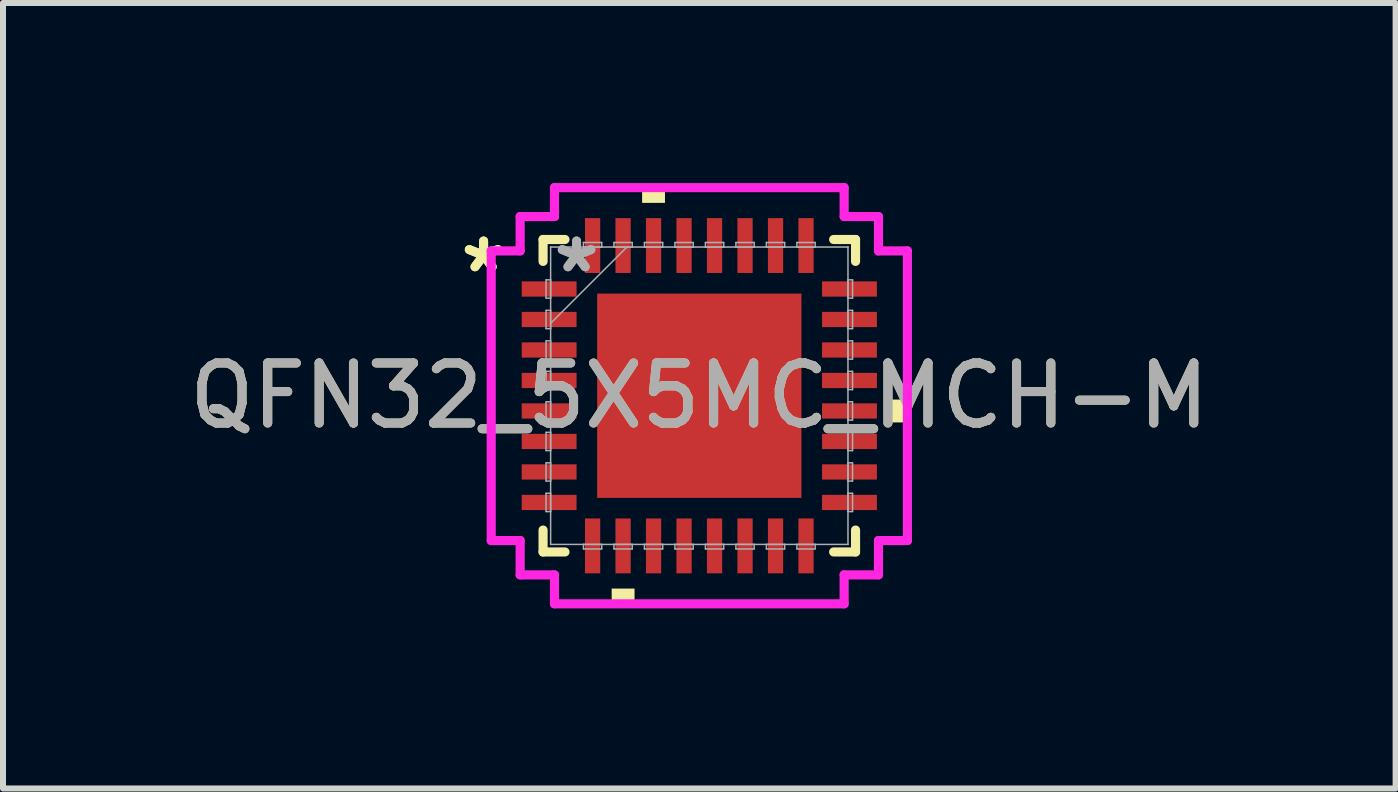
<source format=kicad_pcb>
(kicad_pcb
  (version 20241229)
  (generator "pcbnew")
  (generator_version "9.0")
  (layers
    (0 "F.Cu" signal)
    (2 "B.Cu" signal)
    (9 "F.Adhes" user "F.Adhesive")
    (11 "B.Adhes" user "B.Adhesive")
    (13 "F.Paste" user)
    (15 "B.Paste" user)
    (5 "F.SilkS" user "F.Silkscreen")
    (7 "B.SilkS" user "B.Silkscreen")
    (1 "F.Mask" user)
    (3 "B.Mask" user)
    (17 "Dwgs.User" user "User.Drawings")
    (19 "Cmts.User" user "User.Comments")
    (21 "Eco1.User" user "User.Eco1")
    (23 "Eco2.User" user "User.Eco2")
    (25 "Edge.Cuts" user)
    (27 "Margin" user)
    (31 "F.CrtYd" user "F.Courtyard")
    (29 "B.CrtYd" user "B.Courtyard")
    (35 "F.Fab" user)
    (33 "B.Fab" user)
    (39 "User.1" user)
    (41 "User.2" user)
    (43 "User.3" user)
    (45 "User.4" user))
  (footprint "QFN32_5X5MC_MCH-M"
    (layer "F.Cu")
    (at 8.601 3.543)
    (property "Reference" "QFN32_5X5MC_MCH-M" (at 0 0 0) (unlocked yes) (layer "F.SilkS") (effects (font (size 1 1) (thickness 0.15))))
    (attr smd)
    (fp_line (start -2.603 -2.603) (end -2.603 -2.238) (stroke (width 0.152) (type solid)) (layer "F.SilkS"))
    (fp_line (start -2.603 2.238) (end -2.603 2.603) (stroke (width 0.152) (type solid)) (layer "F.SilkS"))
    (fp_line (start -2.603 2.603) (end -2.238 2.603) (stroke (width 0.152) (type solid)) (layer "F.SilkS"))
    (fp_line (start -2.238 -2.603) (end -2.603 -2.603) (stroke (width 0.152) (type solid)) (layer "F.SilkS"))
    (fp_line (start 2.238 2.603) (end 2.603 2.603) (stroke (width 0.152) (type solid)) (layer "F.SilkS"))
    (fp_line (start 2.603 -2.603) (end 2.238 -2.603) (stroke (width 0.152) (type solid)) (layer "F.SilkS"))
    (fp_line (start 2.603 -2.238) (end 2.603 -2.603) (stroke (width 0.152) (type solid)) (layer "F.SilkS"))
    (fp_line (start 2.603 2.603) (end 2.603 2.238) (stroke (width 0.152) (type solid)) (layer "F.SilkS"))
    (fp_poly (pts (xy -1.46 3.213) (xy -1.46 3.467) (xy -1.079 3.467) (xy -1.079 3.213)) (stroke (width 0) (type solid)) (fill yes) (layer "F.SilkS"))
    (fp_poly (pts (xy -0.953 -3.213) (xy -0.953 -3.467) (xy -0.572 -3.467) (xy -0.572 -3.213)) (stroke (width 0) (type solid)) (fill yes) (layer "F.SilkS"))
    (fp_poly (pts (xy 3.467 0.064) (xy 3.467 0.445) (xy 3.213 0.445) (xy 3.213 0.064)) (stroke (width 0) (type solid)) (fill yes) (layer "F.SilkS"))
    (fp_poly (pts (xy -1.602 -1.602) (xy -1.602 -0.1) (xy -0.1 -0.1) (xy -0.1 -1.602)) (stroke (width 0) (type solid)) (fill yes) (layer "F.Paste"))
    (fp_poly (pts (xy -1.602 0.1) (xy -1.602 1.602) (xy -0.1 1.602) (xy -0.1 0.1)) (stroke (width 0) (type solid)) (fill yes) (layer "F.Paste"))
    (fp_poly (pts (xy 0.1 -1.602) (xy 0.1 -0.1) (xy 1.602 -0.1) (xy 1.602 -1.602)) (stroke (width 0) (type solid)) (fill yes) (layer "F.Paste"))
    (fp_poly (pts (xy 0.1 0.1) (xy 0.1 1.602) (xy 1.602 1.602) (xy 1.602 0.1)) (stroke (width 0) (type solid)) (fill yes) (layer "F.Paste"))
    (fp_line (start -3.467 -2.413) (end -2.985 -2.413) (stroke (width 0.152) (type solid)) (layer "F.CrtYd"))
    (fp_line (start -3.467 2.413) (end -3.467 -2.413) (stroke (width 0.152) (type solid)) (layer "F.CrtYd"))
    (fp_line (start -2.985 -2.985) (end -2.413 -2.985) (stroke (width 0.152) (type solid)) (layer "F.CrtYd"))
    (fp_line (start -2.985 -2.413) (end -2.985 -2.985) (stroke (width 0.152) (type solid)) (layer "F.CrtYd"))
    (fp_line (start -2.985 2.413) (end -3.467 2.413) (stroke (width 0.152) (type solid)) (layer "F.CrtYd"))
    (fp_line (start -2.985 2.985) (end -2.985 2.413) (stroke (width 0.152) (type solid)) (layer "F.CrtYd"))
    (fp_line (start -2.413 -3.467) (end 2.413 -3.467) (stroke (width 0.152) (type solid)) (layer "F.CrtYd"))
    (fp_line (start -2.413 -2.985) (end -2.413 -3.467) (stroke (width 0.152) (type solid)) (layer "F.CrtYd"))
    (fp_line (start -2.413 2.985) (end -2.985 2.985) (stroke (width 0.152) (type solid)) (layer "F.CrtYd"))
    (fp_line (start -2.413 3.467) (end -2.413 2.985) (stroke (width 0.152) (type solid)) (layer "F.CrtYd"))
    (fp_line (start 2.413 -3.467) (end 2.413 -2.985) (stroke (width 0.152) (type solid)) (layer "F.CrtYd"))
    (fp_line (start 2.413 -2.985) (end 2.985 -2.985) (stroke (width 0.152) (type solid)) (layer "F.CrtYd"))
    (fp_line (start 2.413 2.985) (end 2.413 3.467) (stroke (width 0.152) (type solid)) (layer "F.CrtYd"))
    (fp_line (start 2.413 3.467) (end -2.413 3.467) (stroke (width 0.152) (type solid)) (layer "F.CrtYd"))
    (fp_line (start 2.985 -2.985) (end 2.985 -2.413) (stroke (width 0.152) (type solid)) (layer "F.CrtYd"))
    (fp_line (start 2.985 -2.413) (end 3.467 -2.413) (stroke (width 0.152) (type solid)) (layer "F.CrtYd"))
    (fp_line (start 2.985 2.413) (end 2.985 2.985) (stroke (width 0.152) (type solid)) (layer "F.CrtYd"))
    (fp_line (start 2.985 2.985) (end 2.413 2.985) (stroke (width 0.152) (type solid)) (layer "F.CrtYd"))
    (fp_line (start 3.467 -2.413) (end 3.467 2.413) (stroke (width 0.152) (type solid)) (layer "F.CrtYd"))
    (fp_line (start 3.467 2.413) (end 2.985 2.413) (stroke (width 0.152) (type solid)) (layer "F.CrtYd"))
    (fp_line (start -2.553 -1.93) (end -2.553 -1.626) (stroke (width 0.025) (type solid)) (layer "F.Fab"))
    (fp_line (start -2.553 -1.626) (end -2.477 -1.626) (stroke (width 0.025) (type solid)) (layer "F.Fab"))
    (fp_line (start -2.553 -1.422) (end -2.553 -1.118) (stroke (width 0.025) (type solid)) (layer "F.Fab"))
    (fp_line (start -2.553 -1.118) (end -2.477 -1.118) (stroke (width 0.025) (type solid)) (layer "F.Fab"))
    (fp_line (start -2.553 -0.914) (end -2.553 -0.61) (stroke (width 0.025) (type solid)) (layer "F.Fab"))
    (fp_line (start -2.553 -0.61) (end -2.477 -0.61) (stroke (width 0.025) (type solid)) (layer "F.Fab"))
    (fp_line (start -2.553 -0.406) (end -2.553 -0.102) (stroke (width 0.025) (type solid)) (layer "F.Fab"))
    (fp_line (start -2.553 -0.102) (end -2.477 -0.102) (stroke (width 0.025) (type solid)) (layer "F.Fab"))
    (fp_line (start -2.553 0.102) (end -2.553 0.406) (stroke (width 0.025) (type solid)) (layer "F.Fab"))
    (fp_line (start -2.553 0.406) (end -2.477 0.406) (stroke (width 0.025) (type solid)) (layer "F.Fab"))
    (fp_line (start -2.553 0.61) (end -2.553 0.914) (stroke (width 0.025) (type solid)) (layer "F.Fab"))
    (fp_line (start -2.553 0.914) (end -2.477 0.914) (stroke (width 0.025) (type solid)) (layer "F.Fab"))
    (fp_line (start -2.553 1.118) (end -2.553 1.422) (stroke (width 0.025) (type solid)) (layer "F.Fab"))
    (fp_line (start -2.553 1.422) (end -2.477 1.422) (stroke (width 0.025) (type solid)) (layer "F.Fab"))
    (fp_line (start -2.553 1.626) (end -2.553 1.93) (stroke (width 0.025) (type solid)) (layer "F.Fab"))
    (fp_line (start -2.553 1.93) (end -2.477 1.93) (stroke (width 0.025) (type solid)) (layer "F.Fab"))
    (fp_line (start -2.477 -2.477) (end -2.477 -2.477) (stroke (width 0.025) (type solid)) (layer "F.Fab"))
    (fp_line (start -2.477 -2.477) (end -2.477 2.477) (stroke (width 0.025) (type solid)) (layer "F.Fab"))
    (fp_line (start -2.477 -1.93) (end -2.553 -1.93) (stroke (width 0.025) (type solid)) (layer "F.Fab"))
    (fp_line (start -2.477 -1.626) (end -2.477 -1.93) (stroke (width 0.025) (type solid)) (layer "F.Fab"))
    (fp_line (start -2.477 -1.422) (end -2.553 -1.422) (stroke (width 0.025) (type solid)) (layer "F.Fab"))
    (fp_line (start -2.477 -1.206) (end -1.206 -2.477) (stroke (width 0.025) (type solid)) (layer "F.Fab"))
    (fp_line (start -2.477 -1.118) (end -2.477 -1.422) (stroke (width 0.025) (type solid)) (layer "F.Fab"))
    (fp_line (start -2.477 -0.914) (end -2.553 -0.914) (stroke (width 0.025) (type solid)) (layer "F.Fab"))
    (fp_line (start -2.477 -0.61) (end -2.477 -0.914) (stroke (width 0.025) (type solid)) (layer "F.Fab"))
    (fp_line (start -2.477 -0.406) (end -2.553 -0.406) (stroke (width 0.025) (type solid)) (layer "F.Fab"))
    (fp_line (start -2.477 -0.102) (end -2.477 -0.406) (stroke (width 0.025) (type solid)) (layer "F.Fab"))
    (fp_line (start -2.477 0.102) (end -2.553 0.102) (stroke (width 0.025) (type solid)) (layer "F.Fab"))
    (fp_line (start -2.477 0.406) (end -2.477 0.102) (stroke (width 0.025) (type solid)) (layer "F.Fab"))
    (fp_line (start -2.477 0.61) (end -2.553 0.61) (stroke (width 0.025) (type solid)) (layer "F.Fab"))
    (fp_line (start -2.477 0.914) (end -2.477 0.61) (stroke (width 0.025) (type solid)) (layer "F.Fab"))
    (fp_line (start -2.477 1.118) (end -2.553 1.118) (stroke (width 0.025) (type solid)) (layer "F.Fab"))
    (fp_line (start -2.477 1.422) (end -2.477 1.118) (stroke (width 0.025) (type solid)) (layer "F.Fab"))
    (fp_line (start -2.477 1.626) (end -2.553 1.626) (stroke (width 0.025) (type solid)) (layer "F.Fab"))
    (fp_line (start -2.477 1.93) (end -2.477 1.626) (stroke (width 0.025) (type solid)) (layer "F.Fab"))
    (fp_line (start -2.477 2.477) (end -2.477 2.477) (stroke (width 0.025) (type solid)) (layer "F.Fab"))
    (fp_line (start -2.477 2.477) (end 2.477 2.477) (stroke (width 0.025) (type solid)) (layer "F.Fab"))
    (fp_line (start -1.93 -2.553) (end -1.93 -2.477) (stroke (width 0.025) (type solid)) (layer "F.Fab"))
    (fp_line (start -1.93 -2.477) (end -1.626 -2.477) (stroke (width 0.025) (type solid)) (layer "F.Fab"))
    (fp_line (start -1.93 2.477) (end -1.93 2.553) (stroke (width 0.025) (type solid)) (layer "F.Fab"))
    (fp_line (start -1.93 2.553) (end -1.626 2.553) (stroke (width 0.025) (type solid)) (layer "F.Fab"))
    (fp_line (start -1.626 -2.553) (end -1.93 -2.553) (stroke (width 0.025) (type solid)) (layer "F.Fab"))
    (fp_line (start -1.626 -2.477) (end -1.626 -2.553) (stroke (width 0.025) (type solid)) (layer "F.Fab"))
    (fp_line (start -1.626 2.477) (end -1.93 2.477) (stroke (width 0.025) (type solid)) (layer "F.Fab"))
    (fp_line (start -1.626 2.553) (end -1.626 2.477) (stroke (width 0.025) (type solid)) (layer "F.Fab"))
    (fp_line (start -1.422 -2.553) (end -1.422 -2.477) (stroke (width 0.025) (type solid)) (layer "F.Fab"))
    (fp_line (start -1.422 -2.477) (end -1.118 -2.477) (stroke (width 0.025) (type solid)) (layer "F.Fab"))
    (fp_line (start -1.422 2.477) (end -1.422 2.553) (stroke (width 0.025) (type solid)) (layer "F.Fab"))
    (fp_line (start -1.422 2.553) (end -1.118 2.553) (stroke (width 0.025) (type solid)) (layer "F.Fab"))
    (fp_line (start -1.118 -2.553) (end -1.422 -2.553) (stroke (width 0.025) (type solid)) (layer "F.Fab"))
    (fp_line (start -1.118 -2.477) (end -1.118 -2.553) (stroke (width 0.025) (type solid)) (layer "F.Fab"))
    (fp_line (start -1.118 2.477) (end -1.422 2.477) (stroke (width 0.025) (type solid)) (layer "F.Fab"))
    (fp_line (start -1.118 2.553) (end -1.118 2.477) (stroke (width 0.025) (type solid)) (layer "F.Fab"))
    (fp_line (start -0.914 -2.553) (end -0.914 -2.477) (stroke (width 0.025) (type solid)) (layer "F.Fab"))
    (fp_line (start -0.914 -2.477) (end -0.61 -2.477) (stroke (width 0.025) (type solid)) (layer "F.Fab"))
    (fp_line (start -0.914 2.477) (end -0.914 2.553) (stroke (width 0.025) (type solid)) (layer "F.Fab"))
    (fp_line (start -0.914 2.553) (end -0.61 2.553) (stroke (width 0.025) (type solid)) (layer "F.Fab"))
    (fp_line (start -0.61 -2.553) (end -0.914 -2.553) (stroke (width 0.025) (type solid)) (layer "F.Fab"))
    (fp_line (start -0.61 -2.477) (end -0.61 -2.553) (stroke (width 0.025) (type solid)) (layer "F.Fab"))
    (fp_line (start -0.61 2.477) (end -0.914 2.477) (stroke (width 0.025) (type solid)) (layer "F.Fab"))
    (fp_line (start -0.61 2.553) (end -0.61 2.477) (stroke (width 0.025) (type solid)) (layer "F.Fab"))
    (fp_line (start -0.406 -2.553) (end -0.406 -2.477) (stroke (width 0.025) (type solid)) (layer "F.Fab"))
    (fp_line (start -0.406 -2.477) (end -0.102 -2.477) (stroke (width 0.025) (type solid)) (layer "F.Fab"))
    (fp_line (start -0.406 2.477) (end -0.406 2.553) (stroke (width 0.025) (type solid)) (layer "F.Fab"))
    (fp_line (start -0.406 2.553) (end -0.102 2.553) (stroke (width 0.025) (type solid)) (layer "F.Fab"))
    (fp_line (start -0.102 -2.553) (end -0.406 -2.553) (stroke (width 0.025) (type solid)) (layer "F.Fab"))
    (fp_line (start -0.102 -2.477) (end -0.102 -2.553) (stroke (width 0.025) (type solid)) (layer "F.Fab"))
    (fp_line (start -0.102 2.477) (end -0.406 2.477) (stroke (width 0.025) (type solid)) (layer "F.Fab"))
    (fp_line (start -0.102 2.553) (end -0.102 2.477) (stroke (width 0.025) (type solid)) (layer "F.Fab"))
    (fp_line (start 0.102 -2.553) (end 0.102 -2.477) (stroke (width 0.025) (type solid)) (layer "F.Fab"))
    (fp_line (start 0.102 -2.477) (end 0.406 -2.477) (stroke (width 0.025) (type solid)) (layer "F.Fab"))
    (fp_line (start 0.102 2.477) (end 0.102 2.553) (stroke (width 0.025) (type solid)) (layer "F.Fab"))
    (fp_line (start 0.102 2.553) (end 0.406 2.553) (stroke (width 0.025) (type solid)) (layer "F.Fab"))
    (fp_line (start 0.406 -2.553) (end 0.102 -2.553) (stroke (width 0.025) (type solid)) (layer "F.Fab"))
    (fp_line (start 0.406 -2.477) (end 0.406 -2.553) (stroke (width 0.025) (type solid)) (layer "F.Fab"))
    (fp_line (start 0.406 2.477) (end 0.102 2.477) (stroke (width 0.025) (type solid)) (layer "F.Fab"))
    (fp_line (start 0.406 2.553) (end 0.406 2.477) (stroke (width 0.025) (type solid)) (layer "F.Fab"))
    (fp_line (start 0.61 -2.553) (end 0.61 -2.477) (stroke (width 0.025) (type solid)) (layer "F.Fab"))
    (fp_line (start 0.61 -2.477) (end 0.914 -2.477) (stroke (width 0.025) (type solid)) (layer "F.Fab"))
    (fp_line (start 0.61 2.477) (end 0.61 2.553) (stroke (width 0.025) (type solid)) (layer "F.Fab"))
    (fp_line (start 0.61 2.553) (end 0.914 2.553) (stroke (width 0.025) (type solid)) (layer "F.Fab"))
    (fp_line (start 0.914 -2.553) (end 0.61 -2.553) (stroke (width 0.025) (type solid)) (layer "F.Fab"))
    (fp_line (start 0.914 -2.477) (end 0.914 -2.553) (stroke (width 0.025) (type solid)) (layer "F.Fab"))
    (fp_line (start 0.914 2.477) (end 0.61 2.477) (stroke (width 0.025) (type solid)) (layer "F.Fab"))
    (fp_line (start 0.914 2.553) (end 0.914 2.477) (stroke (width 0.025) (type solid)) (layer "F.Fab"))
    (fp_line (start 1.118 -2.553) (end 1.118 -2.477) (stroke (width 0.025) (type solid)) (layer "F.Fab"))
    (fp_line (start 1.118 -2.477) (end 1.422 -2.477) (stroke (width 0.025) (type solid)) (layer "F.Fab"))
    (fp_line (start 1.118 2.477) (end 1.118 2.553) (stroke (width 0.025) (type solid)) (layer "F.Fab"))
    (fp_line (start 1.118 2.553) (end 1.422 2.553) (stroke (width 0.025) (type solid)) (layer "F.Fab"))
    (fp_line (start 1.422 -2.553) (end 1.118 -2.553) (stroke (width 0.025) (type solid)) (layer "F.Fab"))
    (fp_line (start 1.422 -2.477) (end 1.422 -2.553) (stroke (width 0.025) (type solid)) (layer "F.Fab"))
    (fp_line (start 1.422 2.477) (end 1.118 2.477) (stroke (width 0.025) (type solid)) (layer "F.Fab"))
    (fp_line (start 1.422 2.553) (end 1.422 2.477) (stroke (width 0.025) (type solid)) (layer "F.Fab"))
    (fp_line (start 1.626 -2.553) (end 1.626 -2.477) (stroke (width 0.025) (type solid)) (layer "F.Fab"))
    (fp_line (start 1.626 -2.477) (end 1.93 -2.477) (stroke (width 0.025) (type solid)) (layer "F.Fab"))
    (fp_line (start 1.626 2.477) (end 1.626 2.553) (stroke (width 0.025) (type solid)) (layer "F.Fab"))
    (fp_line (start 1.626 2.553) (end 1.93 2.553) (stroke (width 0.025) (type solid)) (layer "F.Fab"))
    (fp_line (start 1.93 -2.553) (end 1.626 -2.553) (stroke (width 0.025) (type solid)) (layer "F.Fab"))
    (fp_line (start 1.93 -2.477) (end 1.93 -2.553) (stroke (width 0.025) (type solid)) (layer "F.Fab"))
    (fp_line (start 1.93 2.477) (end 1.626 2.477) (stroke (width 0.025) (type solid)) (layer "F.Fab"))
    (fp_line (start 1.93 2.553) (end 1.93 2.477) (stroke (width 0.025) (type solid)) (layer "F.Fab"))
    (fp_line (start 2.477 -2.477) (end -2.477 -2.477) (stroke (width 0.025) (type solid)) (layer "F.Fab"))
    (fp_line (start 2.477 -2.477) (end 2.477 -2.477) (stroke (width 0.025) (type solid)) (layer "F.Fab"))
    (fp_line (start 2.477 -1.93) (end 2.477 -1.626) (stroke (width 0.025) (type solid)) (layer "F.Fab"))
    (fp_line (start 2.477 -1.626) (end 2.553 -1.626) (stroke (width 0.025) (type solid)) (layer "F.Fab"))
    (fp_line (start 2.477 -1.422) (end 2.477 -1.118) (stroke (width 0.025) (type solid)) (layer "F.Fab"))
    (fp_line (start 2.477 -1.118) (end 2.553 -1.118) (stroke (width 0.025) (type solid)) (layer "F.Fab"))
    (fp_line (start 2.477 -0.914) (end 2.477 -0.61) (stroke (width 0.025) (type solid)) (layer "F.Fab"))
    (fp_line (start 2.477 -0.61) (end 2.553 -0.61) (stroke (width 0.025) (type solid)) (layer "F.Fab"))
    (fp_line (start 2.477 -0.406) (end 2.477 -0.102) (stroke (width 0.025) (type solid)) (layer "F.Fab"))
    (fp_line (start 2.477 -0.102) (end 2.553 -0.102) (stroke (width 0.025) (type solid)) (layer "F.Fab"))
    (fp_line (start 2.477 0.102) (end 2.477 0.406) (stroke (width 0.025) (type solid)) (layer "F.Fab"))
    (fp_line (start 2.477 0.406) (end 2.553 0.406) (stroke (width 0.025) (type solid)) (layer "F.Fab"))
    (fp_line (start 2.477 0.61) (end 2.477 0.914) (stroke (width 0.025) (type solid)) (layer "F.Fab"))
    (fp_line (start 2.477 0.914) (end 2.553 0.914) (stroke (width 0.025) (type solid)) (layer "F.Fab"))
    (fp_line (start 2.477 1.118) (end 2.477 1.422) (stroke (width 0.025) (type solid)) (layer "F.Fab"))
    (fp_line (start 2.477 1.422) (end 2.553 1.422) (stroke (width 0.025) (type solid)) (layer "F.Fab"))
    (fp_line (start 2.477 1.626) (end 2.477 1.93) (stroke (width 0.025) (type solid)) (layer "F.Fab"))
    (fp_line (start 2.477 1.93) (end 2.553 1.93) (stroke (width 0.025) (type solid)) (layer "F.Fab"))
    (fp_line (start 2.477 2.477) (end 2.477 -2.477) (stroke (width 0.025) (type solid)) (layer "F.Fab"))
    (fp_line (start 2.477 2.477) (end 2.477 2.477) (stroke (width 0.025) (type solid)) (layer "F.Fab"))
    (fp_line (start 2.553 -1.93) (end 2.477 -1.93) (stroke (width 0.025) (type solid)) (layer "F.Fab"))
    (fp_line (start 2.553 -1.626) (end 2.553 -1.93) (stroke (width 0.025) (type solid)) (layer "F.Fab"))
    (fp_line (start 2.553 -1.422) (end 2.477 -1.422) (stroke (width 0.025) (type solid)) (layer "F.Fab"))
    (fp_line (start 2.553 -1.118) (end 2.553 -1.422) (stroke (width 0.025) (type solid)) (layer "F.Fab"))
    (fp_line (start 2.553 -0.914) (end 2.477 -0.914) (stroke (width 0.025) (type solid)) (layer "F.Fab"))
    (fp_line (start 2.553 -0.61) (end 2.553 -0.914) (stroke (width 0.025) (type solid)) (layer "F.Fab"))
    (fp_line (start 2.553 -0.406) (end 2.477 -0.406) (stroke (width 0.025) (type solid)) (layer "F.Fab"))
    (fp_line (start 2.553 -0.102) (end 2.553 -0.406) (stroke (width 0.025) (type solid)) (layer "F.Fab"))
    (fp_line (start 2.553 0.102) (end 2.477 0.102) (stroke (width 0.025) (type solid)) (layer "F.Fab"))
    (fp_line (start 2.553 0.406) (end 2.553 0.102) (stroke (width 0.025) (type solid)) (layer "F.Fab"))
    (fp_line (start 2.553 0.61) (end 2.477 0.61) (stroke (width 0.025) (type solid)) (layer "F.Fab"))
    (fp_line (start 2.553 0.914) (end 2.553 0.61) (stroke (width 0.025) (type solid)) (layer "F.Fab"))
    (fp_line (start 2.553 1.118) (end 2.477 1.118) (stroke (width 0.025) (type solid)) (layer "F.Fab"))
    (fp_line (start 2.553 1.422) (end 2.553 1.118) (stroke (width 0.025) (type solid)) (layer "F.Fab"))
    (fp_line (start 2.553 1.626) (end 2.477 1.626) (stroke (width 0.025) (type solid)) (layer "F.Fab"))
    (fp_line (start 2.553 1.93) (end 2.553 1.626) (stroke (width 0.025) (type solid)) (layer "F.Fab"))
    (fp_text user "*" (at -3.594 -2.032 0) (unlocked yes) (layer "F.SilkS") (effects (font (size 1 1) (thickness 0.15))))
    (fp_text user "*" (at -3.594 -2.032 0) (layer "F.SilkS") (effects (font (size 1 1) (thickness 0.15))))
    (fp_text user "*" (at -2.045 -2.032 0) (unlocked yes) (layer "F.Fab") (effects (font (size 1 1) (thickness 0.15))))
    (fp_text user "*" (at -2.045 -2.032 0) (layer "F.Fab") (effects (font (size 1 1) (thickness 0.15))))
    (fp_text user "${REFERENCE}" (at 0 0 0) (unlocked yes) (layer "F.Fab") (effects (font (size 1 1) (thickness 0.15))))
    (pad "1" smd rect (at -2.502 -1.778 90) (size 0.254 0.914) (layers "F.Cu" "F.Mask" "F.Paste"))
    (pad "2" smd rect (at -2.502 -1.27 90) (size 0.254 0.914) (layers "F.Cu" "F.Mask" "F.Paste"))
    (pad "3" smd rect (at -2.502 -0.762 90) (size 0.254 0.914) (layers "F.Cu" "F.Mask" "F.Paste"))
    (pad "4" smd rect (at -2.502 -0.254 90) (size 0.254 0.914) (layers "F.Cu" "F.Mask" "F.Paste"))
    (pad "5" smd rect (at -2.502 0.254 90) (size 0.254 0.914) (layers "F.Cu" "F.Mask" "F.Paste"))
    (pad "6" smd rect (at -2.502 0.762 90) (size 0.254 0.914) (layers "F.Cu" "F.Mask" "F.Paste"))
    (pad "7" smd rect (at -2.502 1.27 90) (size 0.254 0.914) (layers "F.Cu" "F.Mask" "F.Paste"))
    (pad "8" smd rect (at -2.502 1.778 90) (size 0.254 0.914) (layers "F.Cu" "F.Mask" "F.Paste"))
    (pad "9" smd rect (at -1.778 2.502) (size 0.254 0.914) (layers "F.Cu" "F.Mask" "F.Paste"))
    (pad "10" smd rect (at -1.27 2.502) (size 0.254 0.914) (layers "F.Cu" "F.Mask" "F.Paste"))
    (pad "11" smd rect (at -0.762 2.502) (size 0.254 0.914) (layers "F.Cu" "F.Mask" "F.Paste"))
    (pad "12" smd rect (at -0.254 2.502) (size 0.254 0.914) (layers "F.Cu" "F.Mask" "F.Paste"))
    (pad "13" smd rect (at 0.254 2.502) (size 0.254 0.914) (layers "F.Cu" "F.Mask" "F.Paste"))
    (pad "14" smd rect (at 0.762 2.502) (size 0.254 0.914) (layers "F.Cu" "F.Mask" "F.Paste"))
    (pad "15" smd rect (at 1.27 2.502) (size 0.254 0.914) (layers "F.Cu" "F.Mask" "F.Paste"))
    (pad "16" smd rect (at 1.778 2.502) (size 0.254 0.914) (layers "F.Cu" "F.Mask" "F.Paste"))
    (pad "17" smd rect (at 2.502 1.778 90) (size 0.254 0.914) (layers "F.Cu" "F.Mask" "F.Paste"))
    (pad "18" smd rect (at 2.502 1.27 90) (size 0.254 0.914) (layers "F.Cu" "F.Mask" "F.Paste"))
    (pad "19" smd rect (at 2.502 0.762 90) (size 0.254 0.914) (layers "F.Cu" "F.Mask" "F.Paste"))
    (pad "20" smd rect (at 2.502 0.254 90) (size 0.254 0.914) (layers "F.Cu" "F.Mask" "F.Paste"))
    (pad "21" smd rect (at 2.502 -0.254 90) (size 0.254 0.914) (layers "F.Cu" "F.Mask" "F.Paste"))
    (pad "22" smd rect (at 2.502 -0.762 90) (size 0.254 0.914) (layers "F.Cu" "F.Mask" "F.Paste"))
    (pad "23" smd rect (at 2.502 -1.27 90) (size 0.254 0.914) (layers "F.Cu" "F.Mask" "F.Paste"))
    (pad "24" smd rect (at 2.502 -1.778 90) (size 0.254 0.914) (layers "F.Cu" "F.Mask" "F.Paste"))
    (pad "25" smd rect (at 1.778 -2.502) (size 0.254 0.914) (layers "F.Cu" "F.Mask" "F.Paste"))
    (pad "26" smd rect (at 1.27 -2.502) (size 0.254 0.914) (layers "F.Cu" "F.Mask" "F.Paste"))
    (pad "27" smd rect (at 0.762 -2.502) (size 0.254 0.914) (layers "F.Cu" "F.Mask" "F.Paste"))
    (pad "28" smd rect (at 0.254 -2.502) (size 0.254 0.914) (layers "F.Cu" "F.Mask" "F.Paste"))
    (pad "29" smd rect (at -0.254 -2.502) (size 0.254 0.914) (layers "F.Cu" "F.Mask" "F.Paste"))
    (pad "30" smd rect (at -0.762 -2.502) (size 0.254 0.914) (layers "F.Cu" "F.Mask" "F.Paste"))
    (pad "31" smd rect (at -1.27 -2.502) (size 0.254 0.914) (layers "F.Cu" "F.Mask" "F.Paste"))
    (pad "32" smd rect (at -1.778 -2.502) (size 0.254 0.914) (layers "F.Cu" "F.Mask" "F.Paste"))
    (pad "33" smd rect (at 0 0) (size 3.404 3.404) (layers "F.Cu" "F.Mask")))
  (gr_rect
    (start -3 -3)
    (end 20.202 10.087)
    (stroke (width 0.1) (type default))
    (fill no)
    (layer "Edge.Cuts")))
</source>
